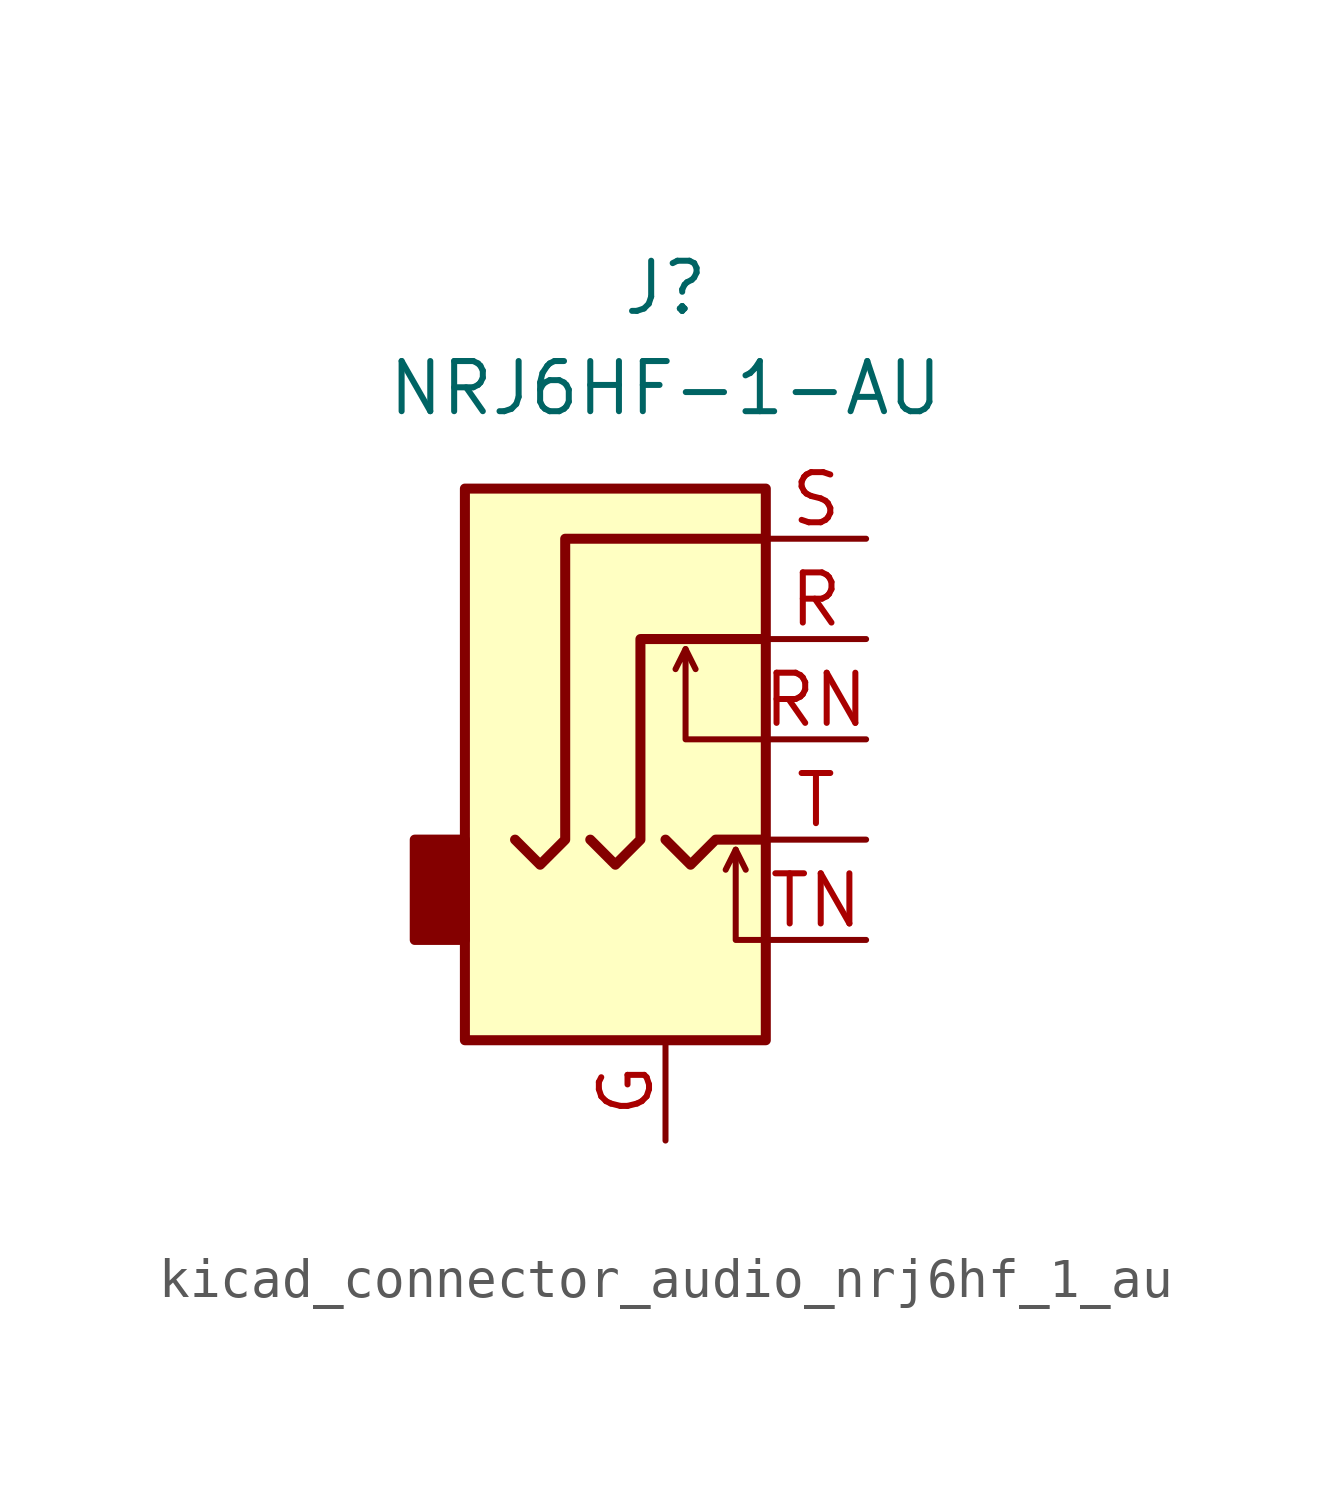
<source format=kicad_sym>
(kicad_symbol_lib
  (version 20220914)
  (generator kicad_symbol_editor)
  (symbol "kicad_connector_audio_nrj6hf_1_au"
    (property "Reference" "J"
      (at 0 8.89 0)
      (effects (font (size 1.27 1.27))))
    (property "Value" "NRJ6HF-1-AU"
      (at 0 6.35 0)
      (effects (font (size 1.27 1.27))))
    (symbol "kicad_connector_audio_nrj6hf_1_au_0_1"
      (rectangle (start -5.08 -5.08) (end -6.35 -7.62) (stroke (width 0.254) (type default)) (fill (type outline)))
      (polyline (pts (xy 0.508 -0.254) (xy 0.762 -0.762)) (stroke (width 0) (type default)) (fill (type none)))
      (polyline (pts (xy 1.778 -5.334) (xy 2.032 -5.842)) (stroke (width 0) (type default)) (fill (type none)))
      (polyline (pts (xy 0 -5.08) (xy 0.635 -5.715) (xy 1.27 -5.08) (xy 2.54 -5.08)) (stroke (width 0.254) (type default)) (fill (type none)))
      (polyline (pts (xy 2.54 -7.62) (xy 1.778 -7.62) (xy 1.778 -5.334) (xy 1.524 -5.842)) (stroke (width 0) (type default)) (fill (type none)))
      (polyline (pts (xy 2.54 -2.54) (xy 0.508 -2.54) (xy 0.508 -0.254) (xy 0.254 -0.762)) (stroke (width 0) (type default)) (fill (type none)))
      (polyline (pts (xy -1.905 -5.08) (xy -1.27 -5.715) (xy -0.635 -5.08) (xy -0.635 0) (xy 2.54 0)) (stroke (width 0.254) (type default)) (fill (type none)))
      (polyline (pts (xy 2.54 2.54) (xy -2.54 2.54) (xy -2.54 -5.08) (xy -3.175 -5.715) (xy -3.81 -5.08)) (stroke (width 0.254) (type default)) (fill (type none)))
      (rectangle (start 2.54 3.81) (end -5.08 -10.16) (stroke (width 0.254) (type default)) (fill (type background))))
    (symbol "kicad_connector_audio_nrj6hf_1_au_1_1"
      (pin passive line (at 0 -12.7 90) (length 2.54) (name "~" (effects (font (size 1.27 1.27)))) (number "G" (effects (font (size 1.27 1.27)))))
      (pin passive line (at 5.08 0 180) (length 2.54) (name "~" (effects (font (size 1.27 1.27)))) (number "R" (effects (font (size 1.27 1.27)))))
      (pin passive line (at 5.08 -2.54 180) (length 2.54) (name "~" (effects (font (size 1.27 1.27)))) (number "RN" (effects (font (size 1.27 1.27)))))
      (pin passive line (at 5.08 2.54 180) (length 2.54) (name "~" (effects (font (size 1.27 1.27)))) (number "S" (effects (font (size 1.27 1.27)))))
      (pin passive line (at 5.08 -5.08 180) (length 2.54) (name "~" (effects (font (size 1.27 1.27)))) (number "T" (effects (font (size 1.27 1.27)))))
      (pin passive line (at 5.08 -7.62 180) (length 2.54) (name "~" (effects (font (size 1.27 1.27)))) (number "TN" (effects (font (size 1.27 1.27))))))))
</source>
